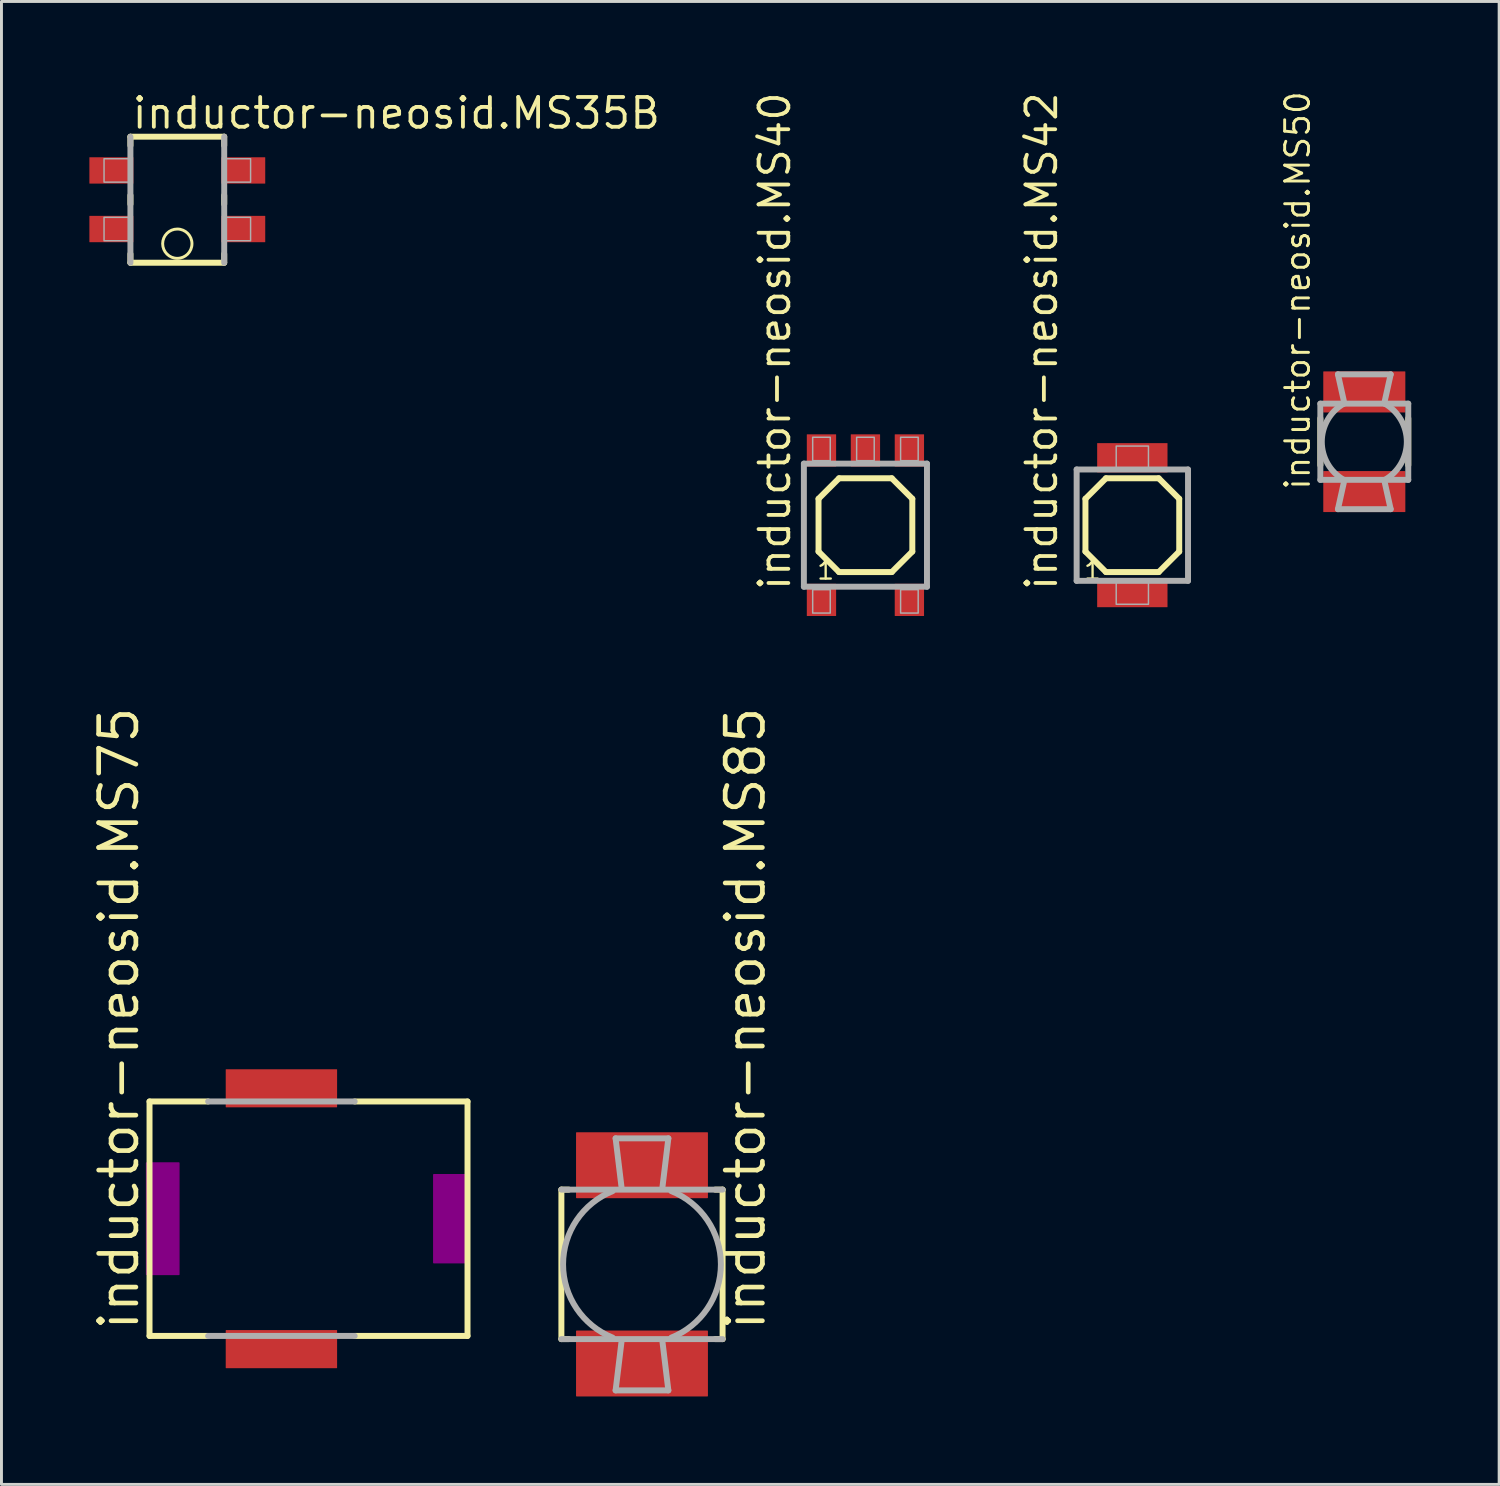
<source format=kicad_pcb>
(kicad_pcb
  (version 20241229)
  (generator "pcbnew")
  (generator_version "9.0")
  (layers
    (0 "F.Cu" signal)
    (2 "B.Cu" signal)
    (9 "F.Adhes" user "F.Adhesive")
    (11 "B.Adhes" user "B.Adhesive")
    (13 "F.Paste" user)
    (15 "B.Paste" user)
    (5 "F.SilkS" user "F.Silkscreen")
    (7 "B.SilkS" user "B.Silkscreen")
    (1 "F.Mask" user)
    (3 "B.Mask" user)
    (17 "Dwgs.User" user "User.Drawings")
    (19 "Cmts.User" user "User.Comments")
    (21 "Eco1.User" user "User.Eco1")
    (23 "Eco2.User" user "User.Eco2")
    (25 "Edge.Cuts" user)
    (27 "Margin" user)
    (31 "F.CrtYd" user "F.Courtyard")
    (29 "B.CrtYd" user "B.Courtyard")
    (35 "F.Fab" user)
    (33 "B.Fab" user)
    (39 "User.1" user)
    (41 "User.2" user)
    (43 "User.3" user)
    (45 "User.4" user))
  (footprint "inductor-neosid.MS50"
    (layer "F.Cu")
    (at 43.501 12.023)
    (property "Reference" "inductor-neosid.MS50" (at -1.8 1.7 90) (layer "F.SilkS") (effects (font (size 0.813 0.813) (thickness 0.1)) (justify left bottom)))
    (attr smd)
    (fp_line (start -1.5 -0.8) (end -1.5 0.8) (stroke (width 0.203) (type default)) (layer "F.SilkS"))
    (fp_line (start 1.5 -0.8) (end 1.5 0.8) (stroke (width 0.203) (type default)) (layer "F.SilkS"))
    (fp_line (start -1.5 -1.3) (end -1.5 1.3) (stroke (width 0.203) (type default)) (layer "F.Fab"))
    (fp_line (start -1.5 1.3) (end -0.7 1.3) (stroke (width 0.203) (type default)) (layer "F.Fab"))
    (fp_line (start -0.9 -2.3) (end -0.7 -1.4) (stroke (width 0.203) (type default)) (layer "F.Fab"))
    (fp_line (start -0.9 2.3) (end -0.7 1.4) (stroke (width 0.203) (type default)) (layer "F.Fab"))
    (fp_line (start -0.9 2.3) (end 0.9 2.3) (stroke (width 0.203) (type default)) (layer "F.Fab"))
    (fp_line (start -0.7 -1.3) (end -1.5 -1.3) (stroke (width 0.203) (type default)) (layer "F.Fab"))
    (fp_line (start -0.7 1.3) (end 0.7 1.3) (stroke (width 0.203) (type default)) (layer "F.Fab"))
    (fp_line (start 0.7 -1.3) (end -0.7 -1.3) (stroke (width 0.203) (type default)) (layer "F.Fab"))
    (fp_line (start 0.7 1.3) (end 1.5 1.3) (stroke (width 0.203) (type default)) (layer "F.Fab"))
    (fp_line (start 0.9 -2.3) (end -0.9 -2.3) (stroke (width 0.203) (type default)) (layer "F.Fab"))
    (fp_line (start 0.9 -2.3) (end 0.7 -1.4) (stroke (width 0.203) (type default)) (layer "F.Fab"))
    (fp_line (start 0.9 2.3) (end 0.7 1.4) (stroke (width 0.203) (type default)) (layer "F.Fab"))
    (fp_line (start 1.5 -1.3) (end 0.7 -1.3) (stroke (width 0.203) (type default)) (layer "F.Fab"))
    (fp_line (start 1.5 1.3) (end 1.5 -1.3) (stroke (width 0.203) (type default)) (layer "F.Fab"))
    (fp_arc (start -0.7 1.3) (mid -1.450833 0) (end -0.7 -1.3) (stroke (width 0.2032) (type default)) (layer "F.Fab"))
    (fp_arc (start 0.7 -1.3) (mid 1.450833 0) (end 0.7 1.3) (stroke (width 0.2032) (type default)) (layer "F.Fab"))
    (pad "1" smd roundrect (at 0 1.7) (size 2.8 1.4) (layers "F.Cu" "F.Mask" "F.Paste") (roundrect_rratio 0.01))
    (pad "2" smd roundrect (at 0 -1.7) (size 2.8 1.4) (layers "F.Cu" "F.Mask" "F.Paste") (roundrect_rratio 0.01)))
  (footprint "inductor-neosid.MS85"
    (layer "F.Cu")
    (at 18.855 40.091)
    (property "Reference" "inductor-neosid.MS85" (at 4.272 2.331 90) (layer "F.SilkS") (effects (font (size 1.27 1.27) (thickness 0.16)) (justify left bottom)))
    (attr smd)
    (fp_line (start -2.75 -2.55) (end -2.75 2.55) (stroke (width 0.203) (type default)) (layer "F.SilkS"))
    (fp_line (start -2.75 2.55) (end -2.5 2.55) (stroke (width 0.203) (type default)) (layer "F.SilkS"))
    (fp_line (start -2.5 -2.55) (end -2.75 -2.55) (stroke (width 0.203) (type default)) (layer "F.SilkS"))
    (fp_line (start 2.5 2.55) (end 2.75 2.55) (stroke (width 0.203) (type default)) (layer "F.SilkS"))
    (fp_line (start 2.75 -2.55) (end 2.5 -2.55) (stroke (width 0.203) (type default)) (layer "F.SilkS"))
    (fp_line (start 2.75 -2.55) (end 2.75 2.55) (stroke (width 0.203) (type default)) (layer "F.SilkS"))
    (fp_line (start -2.75 2.55) (end 2.75 2.55) (stroke (width 0.203) (type default)) (layer "F.Fab"))
    (fp_line (start -0.9 -4.3) (end -0.7 -2.65) (stroke (width 0.203) (type default)) (layer "F.Fab"))
    (fp_line (start -0.9 4.3) (end -0.7 2.65) (stroke (width 0.203) (type default)) (layer "F.Fab"))
    (fp_line (start -0.9 4.3) (end 0.9 4.3) (stroke (width 0.203) (type default)) (layer "F.Fab"))
    (fp_line (start 0.9 -4.3) (end -0.9 -4.3) (stroke (width 0.203) (type default)) (layer "F.Fab"))
    (fp_line (start 0.9 -4.3) (end 0.7 -2.65) (stroke (width 0.203) (type default)) (layer "F.Fab"))
    (fp_line (start 0.9 4.3) (end 0.7 2.65) (stroke (width 0.203) (type default)) (layer "F.Fab"))
    (fp_line (start 2.75 -2.55) (end -2.75 -2.55) (stroke (width 0.203) (type default)) (layer "F.Fab"))
    (fp_arc (start -1 2.5) (mid -2.692582 0) (end -1 -2.5) (stroke (width 0.2032) (type default)) (layer "F.Fab"))
    (fp_arc (start 1 -2.5) (mid 2.692582 0) (end 1 2.5) (stroke (width 0.2032) (type default)) (layer "F.Fab"))
    (pad "1" smd roundrect (at 0 3.383) (size 4.5 2.25) (layers "F.Cu" "F.Mask" "F.Paste") (roundrect_rratio 0.01))
    (pad "2" smd roundrect (at 0 -3.383) (size 4.5 2.25) (layers "F.Cu" "F.Mask" "F.Paste") (roundrect_rratio 0.01)))
  (footprint "inductor-neosid.MS75"
    (layer "F.Cu")
    (at 6.552 38.533)
    (property "Reference" "inductor-neosid.MS75" (at -4.802 3.889 90) (layer "F.SilkS") (effects (font (size 1.27 1.27) (thickness 0.16)) (justify left bottom)))
    (attr smd)
    (fp_line (start -4.5 -4) (end -4.5 4) (stroke (width 0.203) (type default)) (layer "F.SilkS"))
    (fp_line (start -2.5 -4) (end -4.5 -4) (stroke (width 0.203) (type default)) (layer "F.SilkS"))
    (fp_line (start -2.5 4) (end -4.5 4) (stroke (width 0.203) (type default)) (layer "F.SilkS"))
    (fp_line (start 6.35 -4) (end 2.5 -4) (stroke (width 0.203) (type default)) (layer "F.SilkS"))
    (fp_line (start 6.35 4) (end 2.5 4) (stroke (width 0.203) (type default)) (layer "F.SilkS"))
    (fp_line (start 6.35 4) (end 6.35 -4) (stroke (width 0.203) (type default)) (layer "F.SilkS"))
    (fp_rect (start -4.6 1.9) (end -3.5 -1.9) (stroke (width 0.05) (type default)) (fill yes) (layer "F.Adhes"))
    (fp_rect (start 5.2 1.5) (end 6.4 -1.5) (stroke (width 0.05) (type default)) (fill yes) (layer "F.Adhes"))
    (fp_line (start 2.5 -4) (end -2.5 -4) (stroke (width 0.203) (type default)) (layer "F.Fab"))
    (fp_line (start 2.5 4) (end -2.5 4) (stroke (width 0.203) (type default)) (layer "F.Fab"))
    (pad "1" smd roundrect (at 0 -4.45) (size 3.8 1.3) (layers "F.Cu" "F.Mask" "F.Paste") (roundrect_rratio 0.01))
    (pad "2" smd roundrect (at 0 4.45) (size 3.8 1.3) (layers "F.Cu" "F.Mask" "F.Paste") (roundrect_rratio 0.01)))
  (footprint "inductor-neosid.MS40"
    (layer "F.Cu")
    (at 26.479 14.869)
    (property "Reference" "inductor-neosid.MS40" (at -2.5 2.3 90) (layer "F.SilkS") (effects (font (size 1.016 1.016) (thickness 0.13)) (justify left bottom)))
    (attr smd)
    (fp_line (start -1.6 -0.9) (end -1.6 0.9) (stroke (width 0.203) (type default)) (layer "F.SilkS"))
    (fp_line (start -1.6 -0.9) (end -0.9 -1.6) (stroke (width 0.203) (type default)) (layer "F.SilkS"))
    (fp_line (start -0.9 -1.6) (end 0.9 -1.6) (stroke (width 0.203) (type default)) (layer "F.SilkS"))
    (fp_line (start -0.9 1.6) (end -1.6 0.9) (stroke (width 0.203) (type default)) (layer "F.SilkS"))
    (fp_line (start -0.9 1.6) (end 0.9 1.6) (stroke (width 0.203) (type default)) (layer "F.SilkS"))
    (fp_line (start 0.9 1.6) (end 1.6 0.9) (stroke (width 0.203) (type default)) (layer "F.SilkS"))
    (fp_line (start 1.6 -0.9) (end 0.9 -1.6) (stroke (width 0.203) (type default)) (layer "F.SilkS"))
    (fp_line (start 1.6 0.9) (end 1.6 -0.9) (stroke (width 0.203) (type default)) (layer "F.SilkS"))
    (fp_line (start -2.1 -2.1) (end 2.1 -2.1) (stroke (width 0.203) (type default)) (layer "F.Fab"))
    (fp_line (start -2.1 2.1) (end -2.1 -2.1) (stroke (width 0.203) (type default)) (layer "F.Fab"))
    (fp_line (start 2.1 -2.1) (end 2.1 2.1) (stroke (width 0.203) (type default)) (layer "F.Fab"))
    (fp_line (start 2.1 2.1) (end -2.1 2.1) (stroke (width 0.203) (type default)) (layer "F.Fab"))
    (fp_rect (start -1.8 -2.2) (end -1.2 -3) (stroke (width 0.05) (type default)) (fill no) (layer "F.Fab"))
    (fp_rect (start -1.8 3) (end -1.2 2.2) (stroke (width 0.05) (type default)) (fill no) (layer "F.Fab"))
    (fp_rect (start -0.3 -2.2) (end 0.3 -3) (stroke (width 0.05) (type default)) (fill no) (layer "F.Fab"))
    (fp_rect (start 1.2 -2.2) (end 1.8 -3) (stroke (width 0.05) (type default)) (fill no) (layer "F.Fab"))
    (fp_rect (start 1.2 3) (end 1.8 2.2) (stroke (width 0.05) (type default)) (fill no) (layer "F.Fab"))
    (fp_text user "1" (at -1.7 1.9 0) (layer "F.SilkS") (effects (font (size 0.61 0.61) (thickness 0.08)) (justify left bottom)))
    (pad "1" smd roundrect (at -1.5 2.55) (size 1 1.1) (layers "F.Cu" "F.Mask" "F.Paste") (roundrect_rratio 0.01))
    (pad "2" smd roundrect (at -1.5 -2.55) (size 1 1.1) (layers "F.Cu" "F.Mask" "F.Paste") (roundrect_rratio 0.01))
    (pad "3" smd roundrect (at 0 -2.55) (size 1 1.1) (layers "F.Cu" "F.Mask" "F.Paste") (roundrect_rratio 0.01))
    (pad "4" smd roundrect (at 1.5 -2.55) (size 1 1.1) (layers "F.Cu" "F.Mask" "F.Paste") (roundrect_rratio 0.01))
    (pad "5" smd roundrect (at 1.5 2.55) (size 1 1.1) (layers "F.Cu" "F.Mask" "F.Paste") (roundrect_rratio 0.01)))
  (footprint "inductor-neosid.MS35B"
    (layer "F.Cu")
    (at 3 3.765)
    (property "Reference" "inductor-neosid.MS35B" (at -1.612 -2.359 0) (layer "F.SilkS") (effects (font (size 1.016 1.016) (thickness 0.13)) (justify left bottom)))
    (attr smd)
    (fp_line (start -1.6 -2.15) (end 1.6 -2.15) (stroke (width 0.203) (type default)) (layer "F.SilkS"))
    (fp_line (start -1.6 -1.85) (end -1.6 -2.15) (stroke (width 0.203) (type default)) (layer "F.SilkS"))
    (fp_line (start -1.6 0.15) (end -1.6 -0.15) (stroke (width 0.203) (type default)) (layer "F.SilkS"))
    (fp_line (start -1.6 2.15) (end -1.6 1.85) (stroke (width 0.203) (type default)) (layer "F.SilkS"))
    (fp_line (start 1.6 -2.15) (end 1.6 -1.85) (stroke (width 0.203) (type default)) (layer "F.SilkS"))
    (fp_line (start 1.6 -0.15) (end 1.6 0.15) (stroke (width 0.203) (type default)) (layer "F.SilkS"))
    (fp_line (start 1.6 1.85) (end 1.6 2.15) (stroke (width 0.203) (type default)) (layer "F.SilkS"))
    (fp_line (start 1.6 2.15) (end -1.6 2.15) (stroke (width 0.203) (type default)) (layer "F.SilkS"))
    (fp_circle (center 0 1.5) (end 0.5 1.5) (stroke (width 0.1) (type default)) (fill no) (layer "F.SilkS"))
    (fp_line (start -1.6 2.15) (end -1.6 -2.15) (stroke (width 0.203) (type default)) (layer "F.Fab"))
    (fp_line (start 1.6 -2.15) (end 1.6 2.15) (stroke (width 0.203) (type default)) (layer "F.Fab"))
    (fp_rect (start -2.5 -0.6) (end -1.6 -1.4) (stroke (width 0.05) (type default)) (fill no) (layer "F.Fab"))
    (fp_rect (start -2.5 1.4) (end -1.6 0.6) (stroke (width 0.05) (type default)) (fill no) (layer "F.Fab"))
    (fp_rect (start 1.6 -0.6) (end 2.5 -1.4) (stroke (width 0.05) (type default)) (fill no) (layer "F.Fab"))
    (fp_rect (start 1.6 1.4) (end 2.5 0.6) (stroke (width 0.05) (type default)) (fill no) (layer "F.Fab"))
    (pad "A1" smd roundrect (at -2.25 -1) (size 1.5 0.9) (layers "F.Cu" "F.Mask" "F.Paste") (roundrect_rratio 0.01))
    (pad "A2" smd roundrect (at 2.25 1) (size 1.5 0.9) (layers "F.Cu" "F.Mask" "F.Paste") (roundrect_rratio 0.01))
    (pad "E1" smd roundrect (at -2.25 1) (size 1.5 0.9) (layers "F.Cu" "F.Mask" "F.Paste") (roundrect_rratio 0.01))
    (pad "E2" smd roundrect (at 2.25 -1) (size 1.5 0.9) (layers "F.Cu" "F.Mask" "F.Paste") (roundrect_rratio 0.01)))
  (footprint "inductor-neosid.MS42"
    (layer "F.Cu")
    (at 35.586 14.869)
    (property "Reference" "inductor-neosid.MS42" (at -2.5 2.3 90) (layer "F.SilkS") (effects (font (size 1.016 1.016) (thickness 0.13)) (justify left bottom)))
    (attr smd)
    (fp_line (start -1.6 -0.9) (end -1.6 0.9) (stroke (width 0.203) (type default)) (layer "F.SilkS"))
    (fp_line (start -1.6 -0.9) (end -0.9 -1.6) (stroke (width 0.203) (type default)) (layer "F.SilkS"))
    (fp_line (start -0.9 -1.6) (end 0.9 -1.6) (stroke (width 0.203) (type default)) (layer "F.SilkS"))
    (fp_line (start -0.9 1.6) (end -1.6 0.9) (stroke (width 0.203) (type default)) (layer "F.SilkS"))
    (fp_line (start -0.9 1.6) (end 0.9 1.6) (stroke (width 0.203) (type default)) (layer "F.SilkS"))
    (fp_line (start 0.9 1.6) (end 1.6 0.9) (stroke (width 0.203) (type default)) (layer "F.SilkS"))
    (fp_line (start 1.6 -0.9) (end 0.9 -1.6) (stroke (width 0.203) (type default)) (layer "F.SilkS"))
    (fp_line (start 1.6 0.9) (end 1.6 -0.9) (stroke (width 0.203) (type default)) (layer "F.SilkS"))
    (fp_line (start -1.9 -1.9) (end 1.9 -1.9) (stroke (width 0.203) (type default)) (layer "F.Fab"))
    (fp_line (start -1.9 1.9) (end -1.9 -1.9) (stroke (width 0.203) (type default)) (layer "F.Fab"))
    (fp_line (start 1.9 -1.9) (end 1.9 1.9) (stroke (width 0.203) (type default)) (layer "F.Fab"))
    (fp_line (start 1.9 1.9) (end -1.9 1.9) (stroke (width 0.203) (type default)) (layer "F.Fab"))
    (fp_rect (start -0.55 -1.95) (end 0.55 -2.7) (stroke (width 0.05) (type default)) (fill no) (layer "F.Fab"))
    (fp_rect (start -0.55 2.7) (end 0.55 1.95) (stroke (width 0.05) (type default)) (fill no) (layer "F.Fab"))
    (fp_text user "1" (at -1.7 1.9 0) (layer "F.SilkS") (effects (font (size 0.61 0.61) (thickness 0.08)) (justify left bottom)))
    (pad "1" smd roundrect (at 0 -2.3) (size 2.4 1) (layers "F.Cu" "F.Mask" "F.Paste") (roundrect_rratio 0.01))
    (pad "2" smd roundrect (at 0 2.3) (size 2.4 1) (layers "F.Cu" "F.Mask" "F.Paste") (roundrect_rratio 0.01)))
  (gr_rect
    (start -3 -3)
    (end 48.102 47.599)
    (stroke (width 0.1) (type default))
    (fill no)
    (layer "Edge.Cuts")))
</source>
